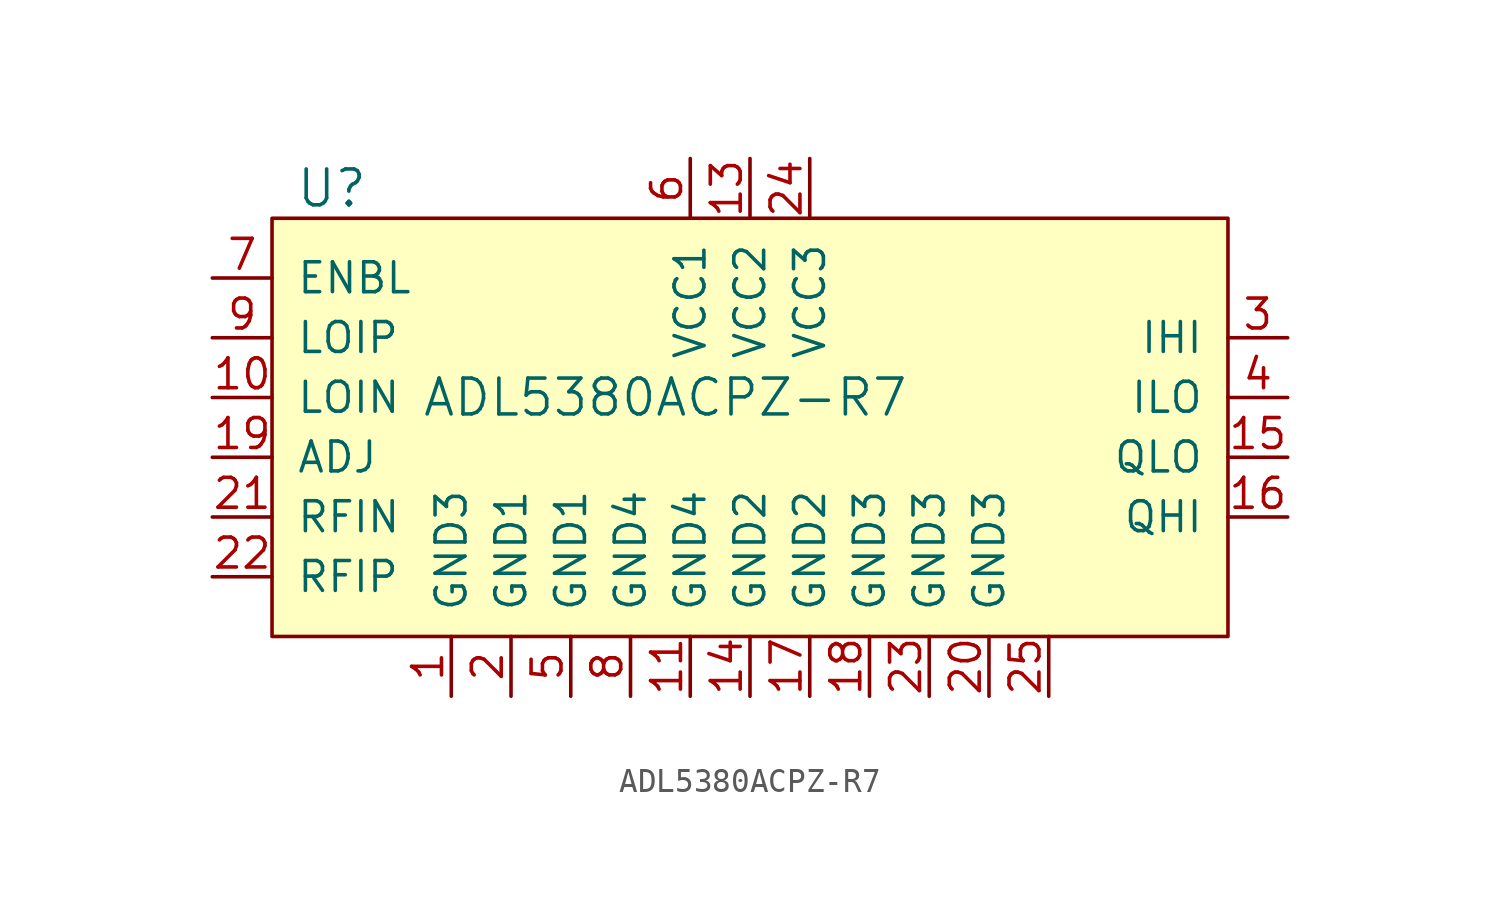
<source format=kicad_sym>
(kicad_symbol_lib
  (version 20211014)
  (generator kicad_symbol_editor)
  (symbol "ADL5380ACPZ-R7"
    (pin_names
      (offset 1.016))
    (property "Reference" "U"
      (at -17.78 8.89 0)
      (effects (font (size 1.524 1.524))))
    (property "Value" "ADL5380ACPZ-R7"
      (at -13.97 0 0)
      (effects (font (size 1.524 1.524)) (justify left)))
    (symbol "ADL5380ACPZ-R7_0_1"
      (rectangle (start -20.32 7.62) (end 20.32 -10.16) (stroke (width 0) (type default) (color 0 0 0 0)) (fill (type background))))
    (symbol "ADL5380ACPZ-R7_1_1"
      (pin power_in line (at -12.7 -12.7 90) (length 2.54) (name "GND3" (effects (font (size 1.27 1.27)))) (number "1" (effects (font (size 1.27 1.27)))))
      (pin input line (at -22.86 0 0) (length 2.54) (name "LOIN" (effects (font (size 1.27 1.27)))) (number "10" (effects (font (size 1.27 1.27)))))
      (pin power_in line (at -2.54 -12.7 90) (length 2.54) (name "GND4" (effects (font (size 1.27 1.27)))) (number "11" (effects (font (size 1.27 1.27)))))
      (pin no_connect line (at 5.08 7.62 270) (length 2.54) hide (name "NC" (effects (font (size 1.27 1.27)))) (number "12" (effects (font (size 1.27 1.27)))))
      (pin power_in line (at 0 10.16 270) (length 2.54) (name "VCC2" (effects (font (size 1.27 1.27)))) (number "13" (effects (font (size 1.27 1.27)))))
      (pin power_in line (at 0 -12.7 90) (length 2.54) (name "GND2" (effects (font (size 1.27 1.27)))) (number "14" (effects (font (size 1.27 1.27)))))
      (pin output line (at 22.86 -2.54 180) (length 2.54) (name "QLO" (effects (font (size 1.27 1.27)))) (number "15" (effects (font (size 1.27 1.27)))))
      (pin output line (at 22.86 -5.08 180) (length 2.54) (name "QHI" (effects (font (size 1.27 1.27)))) (number "16" (effects (font (size 1.27 1.27)))))
      (pin power_in line (at 2.54 -12.7 90) (length 2.54) (name "GND2" (effects (font (size 1.27 1.27)))) (number "17" (effects (font (size 1.27 1.27)))))
      (pin power_in line (at 5.08 -12.7 90) (length 2.54) (name "GND3" (effects (font (size 1.27 1.27)))) (number "18" (effects (font (size 1.27 1.27)))))
      (pin input line (at -22.86 -2.54 0) (length 2.54) (name "ADJ" (effects (font (size 1.27 1.27)))) (number "19" (effects (font (size 1.27 1.27)))))
      (pin power_in line (at -10.16 -12.7 90) (length 2.54) (name "GND1" (effects (font (size 1.27 1.27)))) (number "2" (effects (font (size 1.27 1.27)))))
      (pin power_in line (at 10.16 -12.7 90) (length 2.54) (name "GND3" (effects (font (size 1.27 1.27)))) (number "20" (effects (font (size 1.27 1.27)))))
      (pin input line (at -22.86 -5.08 0) (length 2.54) (name "RFIN" (effects (font (size 1.27 1.27)))) (number "21" (effects (font (size 1.27 1.27)))))
      (pin input line (at -22.86 -7.62 0) (length 2.54) (name "RFIP" (effects (font (size 1.27 1.27)))) (number "22" (effects (font (size 1.27 1.27)))))
      (pin power_in line (at 7.62 -12.7 90) (length 2.54) (name "GND3" (effects (font (size 1.27 1.27)))) (number "23" (effects (font (size 1.27 1.27)))))
      (pin power_in line (at 2.54 10.16 270) (length 2.54) (name "VCC3" (effects (font (size 1.27 1.27)))) (number "24" (effects (font (size 1.27 1.27)))))
      (pin unspecified line (at 12.7 -12.7 90) (length 2.54) (name "~" (effects (font (size 1.27 1.27)))) (number "25" (effects (font (size 1.27 1.27)))))
      (pin output line (at 22.86 2.54 180) (length 2.54) (name "IHI" (effects (font (size 1.27 1.27)))) (number "3" (effects (font (size 1.27 1.27)))))
      (pin output line (at 22.86 0 180) (length 2.54) (name "ILO" (effects (font (size 1.27 1.27)))) (number "4" (effects (font (size 1.27 1.27)))))
      (pin power_in line (at -7.62 -12.7 90) (length 2.54) (name "GND1" (effects (font (size 1.27 1.27)))) (number "5" (effects (font (size 1.27 1.27)))))
      (pin power_in line (at -2.54 10.16 270) (length 2.54) (name "VCC1" (effects (font (size 1.27 1.27)))) (number "6" (effects (font (size 1.27 1.27)))))
      (pin input line (at -22.86 5.08 0) (length 2.54) (name "ENBL" (effects (font (size 1.27 1.27)))) (number "7" (effects (font (size 1.27 1.27)))))
      (pin power_in line (at -5.08 -12.7 90) (length 2.54) (name "GND4" (effects (font (size 1.27 1.27)))) (number "8" (effects (font (size 1.27 1.27)))))
      (pin input line (at -22.86 2.54 0) (length 2.54) (name "LOIP" (effects (font (size 1.27 1.27)))) (number "9" (effects (font (size 1.27 1.27))))))))
</source>
